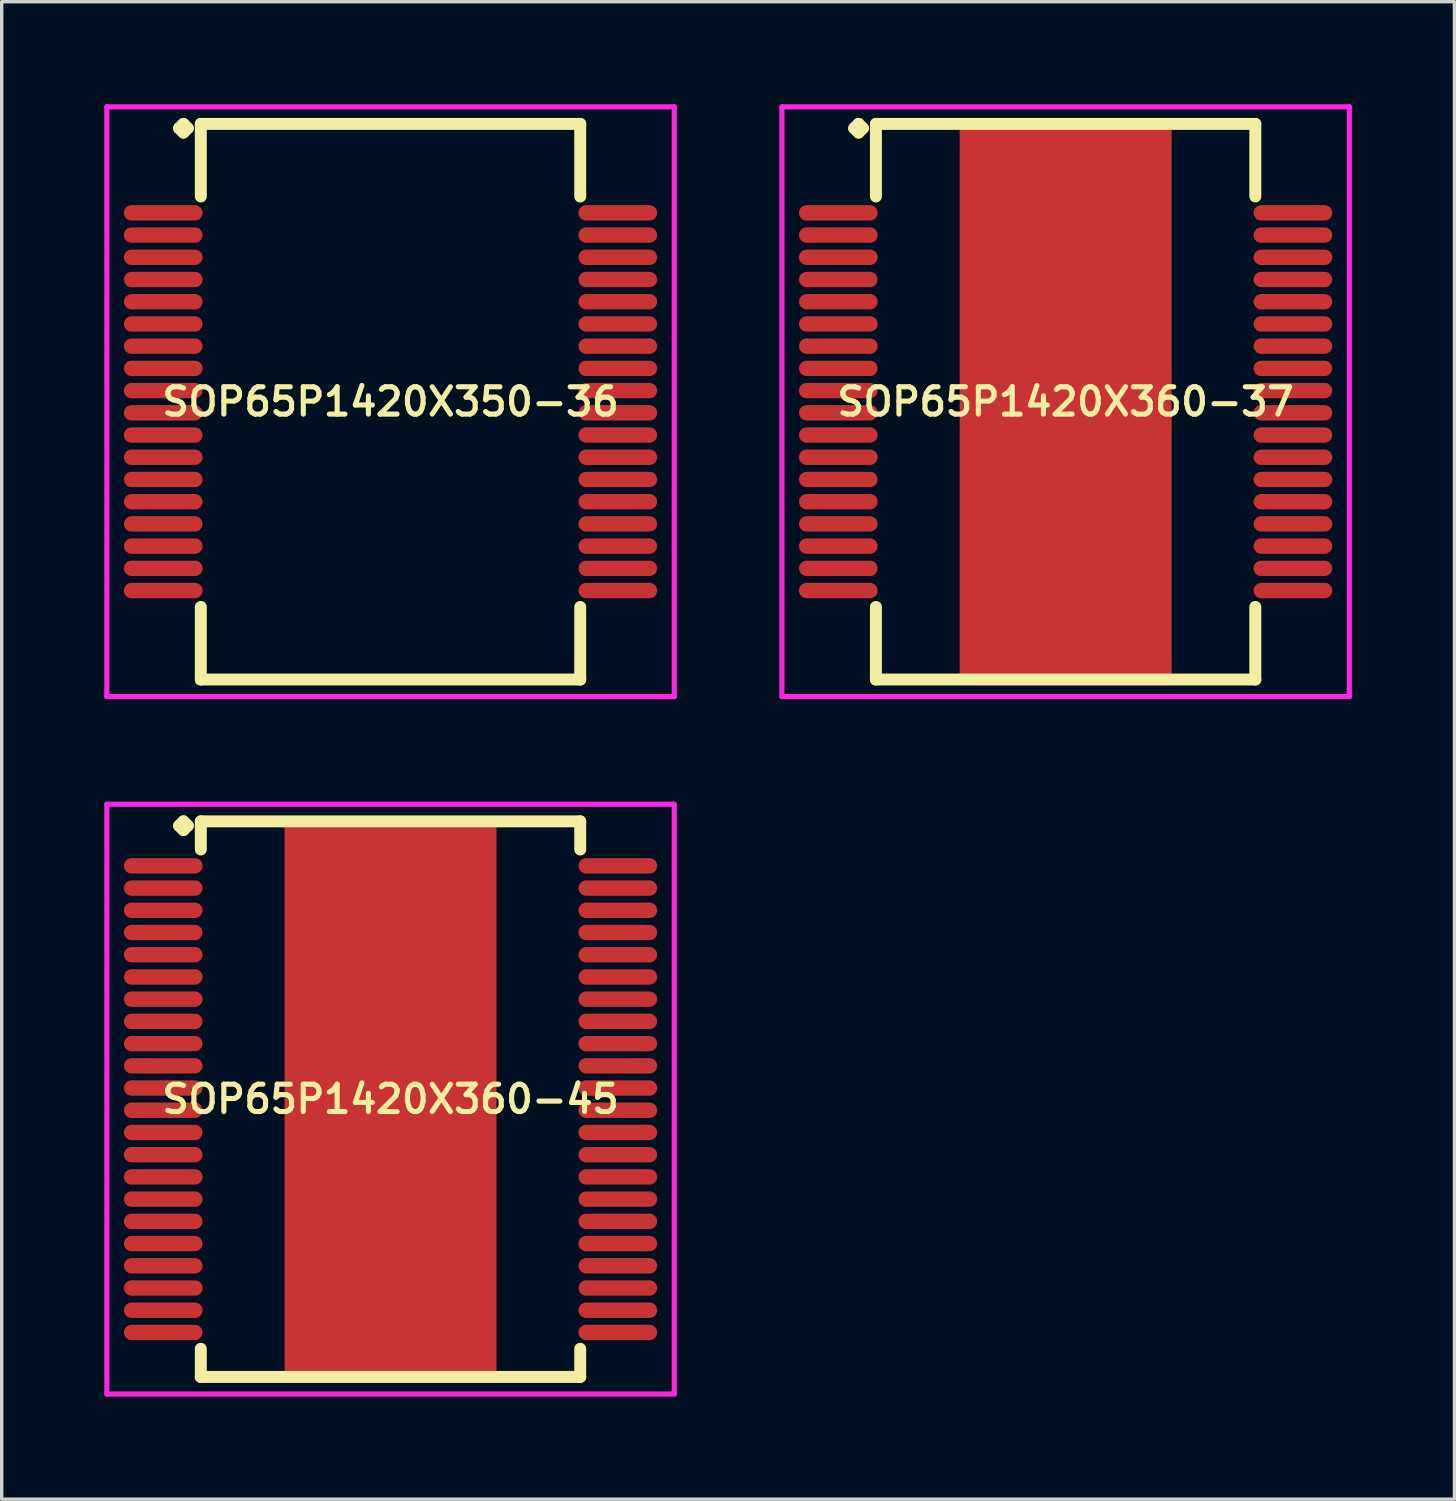
<source format=kicad_pcb>
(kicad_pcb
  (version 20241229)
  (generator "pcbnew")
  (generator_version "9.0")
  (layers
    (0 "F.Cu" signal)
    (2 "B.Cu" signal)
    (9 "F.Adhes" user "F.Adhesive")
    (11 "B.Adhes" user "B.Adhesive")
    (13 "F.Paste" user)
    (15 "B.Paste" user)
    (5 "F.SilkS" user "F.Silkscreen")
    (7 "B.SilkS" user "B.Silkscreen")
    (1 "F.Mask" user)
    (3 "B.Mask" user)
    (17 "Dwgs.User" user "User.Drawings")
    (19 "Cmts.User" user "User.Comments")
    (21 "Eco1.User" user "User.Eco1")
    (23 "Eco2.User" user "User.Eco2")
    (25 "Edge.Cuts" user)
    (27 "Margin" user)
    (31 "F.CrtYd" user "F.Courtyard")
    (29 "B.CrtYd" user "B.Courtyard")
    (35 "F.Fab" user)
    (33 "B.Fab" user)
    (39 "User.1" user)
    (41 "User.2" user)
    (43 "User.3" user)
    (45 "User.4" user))
  (footprint "SOP65P1420X360-37"
    (layer "F.Cu")
    (at 28.125 8.702)
    (property "Reference" "SOP65P1420X360-37" (at 0 0 0) (layer "F.SilkS") (effects (font (size 0.8 0.8) (thickness 0.15))))
    (attr smd)
    (fp_line (start -6.185 -8) (end -6.058 -8.127) (stroke (width 0.35) (type solid)) (layer "F.SilkS"))
    (fp_line (start -6.058 -8.127) (end -5.931 -8) (stroke (width 0.35) (type solid)) (layer "F.SilkS"))
    (fp_line (start -6.058 -7.873) (end -6.185 -8) (stroke (width 0.35) (type solid)) (layer "F.SilkS"))
    (fp_line (start -5.931 -8) (end -6.058 -7.873) (stroke (width 0.35) (type solid)) (layer "F.SilkS"))
    (fp_line (start -5.55 -8.127) (end 5.55 -8.127) (stroke (width 0.35) (type solid)) (layer "F.SilkS"))
    (fp_line (start -5.55 -6.004) (end -5.55 -8.127) (stroke (width 0.35) (type solid)) (layer "F.SilkS"))
    (fp_line (start -5.55 6.004) (end -5.55 8.127) (stroke (width 0.35) (type solid)) (layer "F.SilkS"))
    (fp_line (start -5.55 8.127) (end 5.55 8.127) (stroke (width 0.35) (type solid)) (layer "F.SilkS"))
    (fp_line (start 5.55 -8.127) (end 5.55 -6.004) (stroke (width 0.35) (type solid)) (layer "F.SilkS"))
    (fp_line (start 5.55 8.127) (end 5.55 6.004) (stroke (width 0.35) (type solid)) (layer "F.SilkS"))
    (fp_line (start -8.3 -8.627) (end 8.3 -8.627) (stroke (width 0.15) (type solid)) (layer "F.CrtYd"))
    (fp_line (start -8.3 8.627) (end -8.3 -8.627) (stroke (width 0.15) (type solid)) (layer "F.CrtYd"))
    (fp_line (start 8.3 -8.627) (end 8.3 8.627) (stroke (width 0.15) (type solid)) (layer "F.CrtYd"))
    (fp_line (start 8.3 8.627) (end -8.3 8.627) (stroke (width 0.15) (type solid)) (layer "F.CrtYd"))
    (pad "1" smd oval (at -6.65 -5.525) (size 2.3 0.45) (layers "F.Cu" "F.Mask" "F.Paste"))
    (pad "2" smd oval (at -6.65 -4.875) (size 2.3 0.45) (layers "F.Cu" "F.Mask" "F.Paste"))
    (pad "3" smd oval (at -6.65 -4.225) (size 2.3 0.45) (layers "F.Cu" "F.Mask" "F.Paste"))
    (pad "4" smd oval (at -6.65 -3.575) (size 2.3 0.45) (layers "F.Cu" "F.Mask" "F.Paste"))
    (pad "5" smd oval (at -6.65 -2.925) (size 2.3 0.45) (layers "F.Cu" "F.Mask" "F.Paste"))
    (pad "6" smd oval (at -6.65 -2.275) (size 2.3 0.45) (layers "F.Cu" "F.Mask" "F.Paste"))
    (pad "7" smd oval (at -6.65 -1.625) (size 2.3 0.45) (layers "F.Cu" "F.Mask" "F.Paste"))
    (pad "8" smd oval (at -6.65 -0.975) (size 2.3 0.45) (layers "F.Cu" "F.Mask" "F.Paste"))
    (pad "9" smd oval (at -6.65 -0.325) (size 2.3 0.45) (layers "F.Cu" "F.Mask" "F.Paste"))
    (pad "10" smd oval (at -6.65 0.325) (size 2.3 0.45) (layers "F.Cu" "F.Mask" "F.Paste"))
    (pad "11" smd oval (at -6.65 0.975) (size 2.3 0.45) (layers "F.Cu" "F.Mask" "F.Paste"))
    (pad "12" smd oval (at -6.65 1.625) (size 2.3 0.45) (layers "F.Cu" "F.Mask" "F.Paste"))
    (pad "13" smd oval (at -6.65 2.275) (size 2.3 0.45) (layers "F.Cu" "F.Mask" "F.Paste"))
    (pad "14" smd oval (at -6.65 2.925) (size 2.3 0.45) (layers "F.Cu" "F.Mask" "F.Paste"))
    (pad "15" smd oval (at -6.65 3.575) (size 2.3 0.45) (layers "F.Cu" "F.Mask" "F.Paste"))
    (pad "16" smd oval (at -6.65 4.225) (size 2.3 0.45) (layers "F.Cu" "F.Mask" "F.Paste"))
    (pad "17" smd oval (at -6.65 4.875) (size 2.3 0.45) (layers "F.Cu" "F.Mask" "F.Paste"))
    (pad "18" smd oval (at -6.65 5.525) (size 2.3 0.45) (layers "F.Cu" "F.Mask" "F.Paste"))
    (pad "19" smd oval (at 6.65 5.525) (size 2.3 0.45) (layers "F.Cu" "F.Mask" "F.Paste"))
    (pad "20" smd oval (at 6.65 4.875) (size 2.3 0.45) (layers "F.Cu" "F.Mask" "F.Paste"))
    (pad "21" smd oval (at 6.65 4.225) (size 2.3 0.45) (layers "F.Cu" "F.Mask" "F.Paste"))
    (pad "22" smd oval (at 6.65 3.575) (size 2.3 0.45) (layers "F.Cu" "F.Mask" "F.Paste"))
    (pad "23" smd oval (at 6.65 2.925) (size 2.3 0.45) (layers "F.Cu" "F.Mask" "F.Paste"))
    (pad "24" smd oval (at 6.65 2.275) (size 2.3 0.45) (layers "F.Cu" "F.Mask" "F.Paste"))
    (pad "25" smd oval (at 6.65 1.625) (size 2.3 0.45) (layers "F.Cu" "F.Mask" "F.Paste"))
    (pad "26" smd oval (at 6.65 0.975) (size 2.3 0.45) (layers "F.Cu" "F.Mask" "F.Paste"))
    (pad "27" smd oval (at 6.65 0.325) (size 2.3 0.45) (layers "F.Cu" "F.Mask" "F.Paste"))
    (pad "28" smd oval (at 6.65 -0.325) (size 2.3 0.45) (layers "F.Cu" "F.Mask" "F.Paste"))
    (pad "29" smd oval (at 6.65 -0.975) (size 2.3 0.45) (layers "F.Cu" "F.Mask" "F.Paste"))
    (pad "30" smd oval (at 6.65 -1.625) (size 2.3 0.45) (layers "F.Cu" "F.Mask" "F.Paste"))
    (pad "31" smd oval (at 6.65 -2.275) (size 2.3 0.45) (layers "F.Cu" "F.Mask" "F.Paste"))
    (pad "32" smd oval (at 6.65 -2.925) (size 2.3 0.45) (layers "F.Cu" "F.Mask" "F.Paste"))
    (pad "33" smd oval (at 6.65 -3.575) (size 2.3 0.45) (layers "F.Cu" "F.Mask" "F.Paste"))
    (pad "34" smd oval (at 6.65 -4.225) (size 2.3 0.45) (layers "F.Cu" "F.Mask" "F.Paste"))
    (pad "35" smd oval (at 6.65 -4.875) (size 2.3 0.45) (layers "F.Cu" "F.Mask" "F.Paste"))
    (pad "36" smd oval (at 6.65 -5.525) (size 2.3 0.45) (layers "F.Cu" "F.Mask" "F.Paste"))
    (pad "37" smd rect (at 0 0) (size 6.2 16) (layers "F.Cu" "F.Mask" "F.Paste")))
  (footprint "SOP65P1420X360-45"
    (layer "F.Cu")
    (at 8.375 29.106)
    (property "Reference" "SOP65P1420X360-45" (at 0 0 0) (layer "F.SilkS") (effects (font (size 0.8 0.8) (thickness 0.15))))
    (attr smd)
    (fp_line (start -6.185 -8) (end -6.058 -8.127) (stroke (width 0.35) (type solid)) (layer "F.SilkS"))
    (fp_line (start -6.058 -8.127) (end -5.931 -8) (stroke (width 0.35) (type solid)) (layer "F.SilkS"))
    (fp_line (start -6.058 -7.873) (end -6.185 -8) (stroke (width 0.35) (type solid)) (layer "F.SilkS"))
    (fp_line (start -5.931 -8) (end -6.058 -7.873) (stroke (width 0.35) (type solid)) (layer "F.SilkS"))
    (fp_line (start -5.55 -8.127) (end 5.55 -8.127) (stroke (width 0.35) (type solid)) (layer "F.SilkS"))
    (fp_line (start -5.55 -7.304) (end -5.55 -8.127) (stroke (width 0.35) (type solid)) (layer "F.SilkS"))
    (fp_line (start -5.55 7.304) (end -5.55 8.127) (stroke (width 0.35) (type solid)) (layer "F.SilkS"))
    (fp_line (start -5.55 8.127) (end 5.55 8.127) (stroke (width 0.35) (type solid)) (layer "F.SilkS"))
    (fp_line (start 5.55 -8.127) (end 5.55 -7.304) (stroke (width 0.35) (type solid)) (layer "F.SilkS"))
    (fp_line (start 5.55 8.127) (end 5.55 7.304) (stroke (width 0.35) (type solid)) (layer "F.SilkS"))
    (fp_line (start -8.3 -8.627) (end 8.3 -8.627) (stroke (width 0.15) (type solid)) (layer "F.CrtYd"))
    (fp_line (start -8.3 8.627) (end -8.3 -8.627) (stroke (width 0.15) (type solid)) (layer "F.CrtYd"))
    (fp_line (start 8.3 -8.627) (end 8.3 8.627) (stroke (width 0.15) (type solid)) (layer "F.CrtYd"))
    (fp_line (start 8.3 8.627) (end -8.3 8.627) (stroke (width 0.15) (type solid)) (layer "F.CrtYd"))
    (pad "1" smd oval (at -6.65 -6.825) (size 2.3 0.45) (layers "F.Cu" "F.Mask" "F.Paste"))
    (pad "2" smd oval (at -6.65 -6.175) (size 2.3 0.45) (layers "F.Cu" "F.Mask" "F.Paste"))
    (pad "3" smd oval (at -6.65 -5.525) (size 2.3 0.45) (layers "F.Cu" "F.Mask" "F.Paste"))
    (pad "4" smd oval (at -6.65 -4.875) (size 2.3 0.45) (layers "F.Cu" "F.Mask" "F.Paste"))
    (pad "5" smd oval (at -6.65 -4.225) (size 2.3 0.45) (layers "F.Cu" "F.Mask" "F.Paste"))
    (pad "6" smd oval (at -6.65 -3.575) (size 2.3 0.45) (layers "F.Cu" "F.Mask" "F.Paste"))
    (pad "7" smd oval (at -6.65 -2.925) (size 2.3 0.45) (layers "F.Cu" "F.Mask" "F.Paste"))
    (pad "8" smd oval (at -6.65 -2.275) (size 2.3 0.45) (layers "F.Cu" "F.Mask" "F.Paste"))
    (pad "9" smd oval (at -6.65 -1.625) (size 2.3 0.45) (layers "F.Cu" "F.Mask" "F.Paste"))
    (pad "10" smd oval (at -6.65 -0.975) (size 2.3 0.45) (layers "F.Cu" "F.Mask" "F.Paste"))
    (pad "11" smd oval (at -6.65 -0.325) (size 2.3 0.45) (layers "F.Cu" "F.Mask" "F.Paste"))
    (pad "12" smd oval (at -6.65 0.325) (size 2.3 0.45) (layers "F.Cu" "F.Mask" "F.Paste"))
    (pad "13" smd oval (at -6.65 0.975) (size 2.3 0.45) (layers "F.Cu" "F.Mask" "F.Paste"))
    (pad "14" smd oval (at -6.65 1.625) (size 2.3 0.45) (layers "F.Cu" "F.Mask" "F.Paste"))
    (pad "15" smd oval (at -6.65 2.275) (size 2.3 0.45) (layers "F.Cu" "F.Mask" "F.Paste"))
    (pad "16" smd oval (at -6.65 2.925) (size 2.3 0.45) (layers "F.Cu" "F.Mask" "F.Paste"))
    (pad "17" smd oval (at -6.65 3.575) (size 2.3 0.45) (layers "F.Cu" "F.Mask" "F.Paste"))
    (pad "18" smd oval (at -6.65 4.225) (size 2.3 0.45) (layers "F.Cu" "F.Mask" "F.Paste"))
    (pad "19" smd oval (at -6.65 4.875) (size 2.3 0.45) (layers "F.Cu" "F.Mask" "F.Paste"))
    (pad "20" smd oval (at -6.65 5.525) (size 2.3 0.45) (layers "F.Cu" "F.Mask" "F.Paste"))
    (pad "21" smd oval (at -6.65 6.175) (size 2.3 0.45) (layers "F.Cu" "F.Mask" "F.Paste"))
    (pad "22" smd oval (at -6.65 6.825) (size 2.3 0.45) (layers "F.Cu" "F.Mask" "F.Paste"))
    (pad "23" smd oval (at 6.65 6.825) (size 2.3 0.45) (layers "F.Cu" "F.Mask" "F.Paste"))
    (pad "24" smd oval (at 6.65 6.175) (size 2.3 0.45) (layers "F.Cu" "F.Mask" "F.Paste"))
    (pad "25" smd oval (at 6.65 5.525) (size 2.3 0.45) (layers "F.Cu" "F.Mask" "F.Paste"))
    (pad "26" smd oval (at 6.65 4.875) (size 2.3 0.45) (layers "F.Cu" "F.Mask" "F.Paste"))
    (pad "27" smd oval (at 6.65 4.225) (size 2.3 0.45) (layers "F.Cu" "F.Mask" "F.Paste"))
    (pad "28" smd oval (at 6.65 3.575) (size 2.3 0.45) (layers "F.Cu" "F.Mask" "F.Paste"))
    (pad "29" smd oval (at 6.65 2.925) (size 2.3 0.45) (layers "F.Cu" "F.Mask" "F.Paste"))
    (pad "30" smd oval (at 6.65 2.275) (size 2.3 0.45) (layers "F.Cu" "F.Mask" "F.Paste"))
    (pad "31" smd oval (at 6.65 1.625) (size 2.3 0.45) (layers "F.Cu" "F.Mask" "F.Paste"))
    (pad "32" smd oval (at 6.65 0.975) (size 2.3 0.45) (layers "F.Cu" "F.Mask" "F.Paste"))
    (pad "33" smd oval (at 6.65 0.325) (size 2.3 0.45) (layers "F.Cu" "F.Mask" "F.Paste"))
    (pad "34" smd oval (at 6.65 -0.325) (size 2.3 0.45) (layers "F.Cu" "F.Mask" "F.Paste"))
    (pad "35" smd oval (at 6.65 -0.975) (size 2.3 0.45) (layers "F.Cu" "F.Mask" "F.Paste"))
    (pad "36" smd oval (at 6.65 -1.625) (size 2.3 0.45) (layers "F.Cu" "F.Mask" "F.Paste"))
    (pad "37" smd oval (at 6.65 -2.275) (size 2.3 0.45) (layers "F.Cu" "F.Mask" "F.Paste"))
    (pad "38" smd oval (at 6.65 -2.925) (size 2.3 0.45) (layers "F.Cu" "F.Mask" "F.Paste"))
    (pad "39" smd oval (at 6.65 -3.575) (size 2.3 0.45) (layers "F.Cu" "F.Mask" "F.Paste"))
    (pad "40" smd oval (at 6.65 -4.225) (size 2.3 0.45) (layers "F.Cu" "F.Mask" "F.Paste"))
    (pad "41" smd oval (at 6.65 -4.875) (size 2.3 0.45) (layers "F.Cu" "F.Mask" "F.Paste"))
    (pad "42" smd oval (at 6.65 -5.525) (size 2.3 0.45) (layers "F.Cu" "F.Mask" "F.Paste"))
    (pad "43" smd oval (at 6.65 -6.175) (size 2.3 0.45) (layers "F.Cu" "F.Mask" "F.Paste"))
    (pad "44" smd oval (at 6.65 -6.825) (size 2.3 0.45) (layers "F.Cu" "F.Mask" "F.Paste"))
    (pad "45" smd rect (at 0 0) (size 6.2 16) (layers "F.Cu" "F.Mask" "F.Paste")))
  (footprint "SOP65P1420X350-36"
    (layer "F.Cu")
    (at 8.375 8.702)
    (property "Reference" "SOP65P1420X350-36" (at 0 0 0) (layer "F.SilkS") (effects (font (size 0.8 0.8) (thickness 0.15))))
    (attr smd)
    (fp_line (start -6.185 -8) (end -6.058 -8.127) (stroke (width 0.35) (type solid)) (layer "F.SilkS"))
    (fp_line (start -6.058 -8.127) (end -5.931 -8) (stroke (width 0.35) (type solid)) (layer "F.SilkS"))
    (fp_line (start -6.058 -7.873) (end -6.185 -8) (stroke (width 0.35) (type solid)) (layer "F.SilkS"))
    (fp_line (start -5.931 -8) (end -6.058 -7.873) (stroke (width 0.35) (type solid)) (layer "F.SilkS"))
    (fp_line (start -5.55 -8.127) (end 5.55 -8.127) (stroke (width 0.35) (type solid)) (layer "F.SilkS"))
    (fp_line (start -5.55 -6.004) (end -5.55 -8.127) (stroke (width 0.35) (type solid)) (layer "F.SilkS"))
    (fp_line (start -5.55 6.004) (end -5.55 8.127) (stroke (width 0.35) (type solid)) (layer "F.SilkS"))
    (fp_line (start -5.55 8.127) (end 5.55 8.127) (stroke (width 0.35) (type solid)) (layer "F.SilkS"))
    (fp_line (start 5.55 -8.127) (end 5.55 -6.004) (stroke (width 0.35) (type solid)) (layer "F.SilkS"))
    (fp_line (start 5.55 8.127) (end 5.55 6.004) (stroke (width 0.35) (type solid)) (layer "F.SilkS"))
    (fp_line (start -8.3 -8.627) (end 8.3 -8.627) (stroke (width 0.15) (type solid)) (layer "F.CrtYd"))
    (fp_line (start -8.3 8.627) (end -8.3 -8.627) (stroke (width 0.15) (type solid)) (layer "F.CrtYd"))
    (fp_line (start 8.3 -8.627) (end 8.3 8.627) (stroke (width 0.15) (type solid)) (layer "F.CrtYd"))
    (fp_line (start 8.3 8.627) (end -8.3 8.627) (stroke (width 0.15) (type solid)) (layer "F.CrtYd"))
    (pad "1" smd oval (at -6.65 -5.525) (size 2.3 0.45) (layers "F.Cu" "F.Mask" "F.Paste"))
    (pad "2" smd oval (at -6.65 -4.875) (size 2.3 0.45) (layers "F.Cu" "F.Mask" "F.Paste"))
    (pad "3" smd oval (at -6.65 -4.225) (size 2.3 0.45) (layers "F.Cu" "F.Mask" "F.Paste"))
    (pad "4" smd oval (at -6.65 -3.575) (size 2.3 0.45) (layers "F.Cu" "F.Mask" "F.Paste"))
    (pad "5" smd oval (at -6.65 -2.925) (size 2.3 0.45) (layers "F.Cu" "F.Mask" "F.Paste"))
    (pad "6" smd oval (at -6.65 -2.275) (size 2.3 0.45) (layers "F.Cu" "F.Mask" "F.Paste"))
    (pad "7" smd oval (at -6.65 -1.625) (size 2.3 0.45) (layers "F.Cu" "F.Mask" "F.Paste"))
    (pad "8" smd oval (at -6.65 -0.975) (size 2.3 0.45) (layers "F.Cu" "F.Mask" "F.Paste"))
    (pad "9" smd oval (at -6.65 -0.325) (size 2.3 0.45) (layers "F.Cu" "F.Mask" "F.Paste"))
    (pad "10" smd oval (at -6.65 0.325) (size 2.3 0.45) (layers "F.Cu" "F.Mask" "F.Paste"))
    (pad "11" smd oval (at -6.65 0.975) (size 2.3 0.45) (layers "F.Cu" "F.Mask" "F.Paste"))
    (pad "12" smd oval (at -6.65 1.625) (size 2.3 0.45) (layers "F.Cu" "F.Mask" "F.Paste"))
    (pad "13" smd oval (at -6.65 2.275) (size 2.3 0.45) (layers "F.Cu" "F.Mask" "F.Paste"))
    (pad "14" smd oval (at -6.65 2.925) (size 2.3 0.45) (layers "F.Cu" "F.Mask" "F.Paste"))
    (pad "15" smd oval (at -6.65 3.575) (size 2.3 0.45) (layers "F.Cu" "F.Mask" "F.Paste"))
    (pad "16" smd oval (at -6.65 4.225) (size 2.3 0.45) (layers "F.Cu" "F.Mask" "F.Paste"))
    (pad "17" smd oval (at -6.65 4.875) (size 2.3 0.45) (layers "F.Cu" "F.Mask" "F.Paste"))
    (pad "18" smd oval (at -6.65 5.525) (size 2.3 0.45) (layers "F.Cu" "F.Mask" "F.Paste"))
    (pad "19" smd oval (at 6.65 5.525) (size 2.3 0.45) (layers "F.Cu" "F.Mask" "F.Paste"))
    (pad "20" smd oval (at 6.65 4.875) (size 2.3 0.45) (layers "F.Cu" "F.Mask" "F.Paste"))
    (pad "21" smd oval (at 6.65 4.225) (size 2.3 0.45) (layers "F.Cu" "F.Mask" "F.Paste"))
    (pad "22" smd oval (at 6.65 3.575) (size 2.3 0.45) (layers "F.Cu" "F.Mask" "F.Paste"))
    (pad "23" smd oval (at 6.65 2.925) (size 2.3 0.45) (layers "F.Cu" "F.Mask" "F.Paste"))
    (pad "24" smd oval (at 6.65 2.275) (size 2.3 0.45) (layers "F.Cu" "F.Mask" "F.Paste"))
    (pad "25" smd oval (at 6.65 1.625) (size 2.3 0.45) (layers "F.Cu" "F.Mask" "F.Paste"))
    (pad "26" smd oval (at 6.65 0.975) (size 2.3 0.45) (layers "F.Cu" "F.Mask" "F.Paste"))
    (pad "27" smd oval (at 6.65 0.325) (size 2.3 0.45) (layers "F.Cu" "F.Mask" "F.Paste"))
    (pad "28" smd oval (at 6.65 -0.325) (size 2.3 0.45) (layers "F.Cu" "F.Mask" "F.Paste"))
    (pad "29" smd oval (at 6.65 -0.975) (size 2.3 0.45) (layers "F.Cu" "F.Mask" "F.Paste"))
    (pad "30" smd oval (at 6.65 -1.625) (size 2.3 0.45) (layers "F.Cu" "F.Mask" "F.Paste"))
    (pad "31" smd oval (at 6.65 -2.275) (size 2.3 0.45) (layers "F.Cu" "F.Mask" "F.Paste"))
    (pad "32" smd oval (at 6.65 -2.925) (size 2.3 0.45) (layers "F.Cu" "F.Mask" "F.Paste"))
    (pad "33" smd oval (at 6.65 -3.575) (size 2.3 0.45) (layers "F.Cu" "F.Mask" "F.Paste"))
    (pad "34" smd oval (at 6.65 -4.225) (size 2.3 0.45) (layers "F.Cu" "F.Mask" "F.Paste"))
    (pad "35" smd oval (at 6.65 -4.875) (size 2.3 0.45) (layers "F.Cu" "F.Mask" "F.Paste"))
    (pad "36" smd oval (at 6.65 -5.525) (size 2.3 0.45) (layers "F.Cu" "F.Mask" "F.Paste")))
  (gr_rect
    (start -3 -3)
    (end 39.5 40.808)
    (stroke (width 0.1) (type default))
    (fill no)
    (layer "Edge.Cuts")))
</source>
